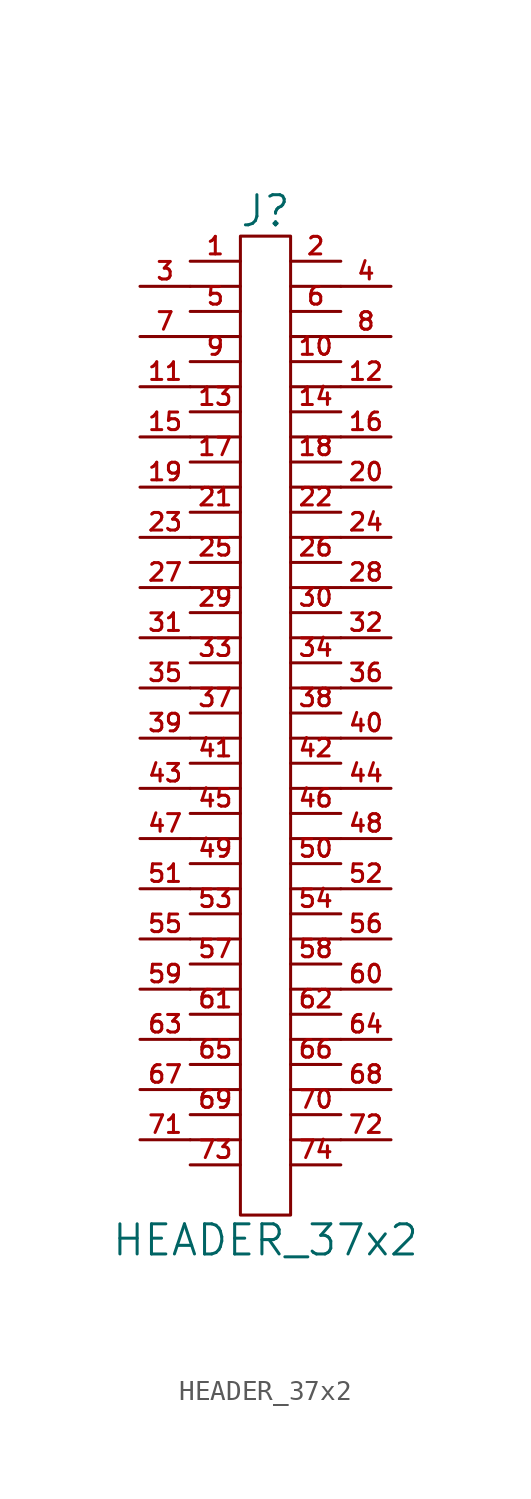
<source format=kicad_sym>
(kicad_symbol_lib
  (version 20201005)
  (generator kicad_symbol_editor)
  (symbol "HEADER_37x2"
    (pin_names
      (offset 0))
    (property "Reference" "J"
      (at 0 25.4 0)
      (effects (font (size 1.524 1.524))))
    (property "Value" "HEADER_37x2"
      (at 0 -26.67 0)
      (effects (font (size 1.524 1.524))))
    (property "Footprint" ""
      (at 0 -1.27 0)
      (effects (font (size 1.524 1.524))))
    (property "Datasheet" ""
      (at 0 -1.27 0)
      (effects (font (size 1.524 1.524))))
    (symbol "HEADER_37x2_0_1"
      (rectangle (start 1.27 -25.4) (end -1.27 24.13) (stroke (width 0)) (fill (type none)))
      (polyline (pts (xy -3.81 -21.59) (xy -1.27 -21.59)) (stroke (width 0)) (fill (type none)))
      (polyline (pts (xy -3.81 -19.05) (xy -1.27 -19.05)) (stroke (width 0)) (fill (type none)))
      (polyline (pts (xy -3.81 -16.51) (xy -1.27 -16.51)) (stroke (width 0)) (fill (type none)))
      (polyline (pts (xy -3.81 -13.97) (xy -1.27 -13.97)) (stroke (width 0)) (fill (type none)))
      (polyline (pts (xy -3.81 -11.43) (xy -1.27 -11.43)) (stroke (width 0)) (fill (type none)))
      (polyline (pts (xy -3.81 -8.89) (xy -1.27 -8.89)) (stroke (width 0)) (fill (type none)))
      (polyline (pts (xy -3.81 -6.35) (xy -1.27 -6.35)) (stroke (width 0)) (fill (type none)))
      (polyline (pts (xy -3.81 -3.81) (xy -1.27 -3.81)) (stroke (width 0)) (fill (type none)))
      (polyline (pts (xy -3.81 -1.27) (xy -1.27 -1.27)) (stroke (width 0)) (fill (type none)))
      (polyline (pts (xy -3.81 1.27) (xy -1.27 1.27)) (stroke (width 0)) (fill (type none)))
      (polyline (pts (xy -3.81 3.81) (xy -1.27 3.81)) (stroke (width 0)) (fill (type none)))
      (polyline (pts (xy -3.81 6.35) (xy -1.27 6.35)) (stroke (width 0)) (fill (type none)))
      (polyline (pts (xy -3.81 8.89) (xy -1.27 8.89)) (stroke (width 0)) (fill (type none)))
      (polyline (pts (xy -3.81 11.43) (xy -1.27 11.43)) (stroke (width 0)) (fill (type none)))
      (polyline (pts (xy -3.81 13.97) (xy -1.27 13.97)) (stroke (width 0)) (fill (type none)))
      (polyline (pts (xy -3.81 16.51) (xy -1.27 16.51)) (stroke (width 0)) (fill (type none)))
      (polyline (pts (xy -3.81 19.05) (xy -1.27 19.05)) (stroke (width 0)) (fill (type none)))
      (polyline (pts (xy -3.81 21.59) (xy -1.27 21.59)) (stroke (width 0)) (fill (type none)))
      (polyline (pts (xy 1.27 -21.59) (xy 3.81 -21.59)) (stroke (width 0)) (fill (type none)))
      (polyline (pts (xy 1.27 -19.05) (xy 3.81 -19.05)) (stroke (width 0)) (fill (type none)))
      (polyline (pts (xy 1.27 -16.51) (xy 3.81 -16.51)) (stroke (width 0)) (fill (type none)))
      (polyline (pts (xy 1.27 -13.97) (xy 3.81 -13.97)) (stroke (width 0)) (fill (type none)))
      (polyline (pts (xy 1.27 -11.43) (xy 3.81 -11.43)) (stroke (width 0)) (fill (type none)))
      (polyline (pts (xy 1.27 -8.89) (xy 3.81 -8.89)) (stroke (width 0)) (fill (type none)))
      (polyline (pts (xy 1.27 -6.35) (xy 3.81 -6.35)) (stroke (width 0)) (fill (type none)))
      (polyline (pts (xy 1.27 -3.81) (xy 3.81 -3.81)) (stroke (width 0)) (fill (type none)))
      (polyline (pts (xy 1.27 -1.27) (xy 3.81 -1.27)) (stroke (width 0)) (fill (type none)))
      (polyline (pts (xy 1.27 1.27) (xy 3.81 1.27)) (stroke (width 0)) (fill (type none)))
      (polyline (pts (xy 1.27 3.81) (xy 3.81 3.81)) (stroke (width 0)) (fill (type none)))
      (polyline (pts (xy 1.27 6.35) (xy 3.81 6.35)) (stroke (width 0)) (fill (type none)))
      (polyline (pts (xy 1.27 8.89) (xy 3.81 8.89)) (stroke (width 0)) (fill (type none)))
      (polyline (pts (xy 1.27 11.43) (xy 3.81 11.43)) (stroke (width 0)) (fill (type none)))
      (polyline (pts (xy 1.27 13.97) (xy 3.81 13.97)) (stroke (width 0)) (fill (type none)))
      (polyline (pts (xy 1.27 16.51) (xy 3.81 16.51)) (stroke (width 0)) (fill (type none)))
      (polyline (pts (xy 1.27 19.05) (xy 3.81 19.05)) (stroke (width 0)) (fill (type none)))
      (polyline (pts (xy 1.27 21.59) (xy 3.81 21.59)) (stroke (width 0)) (fill (type none))))
    (symbol "HEADER_37x2_1_1"
      (pin passive line (at -3.81 22.86 0) (length 2.54) (name "~" (effects (font (size 1.27 1.27)))) (number "1" (effects (font (size 0.889 0.889)))))
      (pin passive line (at 3.81 17.78 180) (length 2.54) (name "~" (effects (font (size 1.27 1.27)))) (number "10" (effects (font (size 0.889 0.889)))))
      (pin passive line (at -6.35 16.51 0) (length 2.54) (name "~" (effects (font (size 1.27 1.27)))) (number "11" (effects (font (size 0.889 0.889)))))
      (pin passive line (at 6.35 16.51 180) (length 2.54) (name "~" (effects (font (size 1.27 1.27)))) (number "12" (effects (font (size 0.889 0.889)))))
      (pin passive line (at -3.81 15.24 0) (length 2.54) (name "~" (effects (font (size 1.27 1.27)))) (number "13" (effects (font (size 0.889 0.889)))))
      (pin passive line (at 3.81 15.24 180) (length 2.54) (name "~" (effects (font (size 1.27 1.27)))) (number "14" (effects (font (size 0.889 0.889)))))
      (pin passive line (at -6.35 13.97 0) (length 2.54) (name "~" (effects (font (size 1.27 1.27)))) (number "15" (effects (font (size 0.889 0.889)))))
      (pin passive line (at 6.35 13.97 180) (length 2.54) (name "~" (effects (font (size 1.27 1.27)))) (number "16" (effects (font (size 0.889 0.889)))))
      (pin passive line (at -3.81 12.7 0) (length 2.54) (name "~" (effects (font (size 1.27 1.27)))) (number "17" (effects (font (size 0.889 0.889)))))
      (pin passive line (at 3.81 12.7 180) (length 2.54) (name "~" (effects (font (size 1.27 1.27)))) (number "18" (effects (font (size 0.889 0.889)))))
      (pin passive line (at -6.35 11.43 0) (length 2.54) (name "~" (effects (font (size 1.27 1.27)))) (number "19" (effects (font (size 0.889 0.889)))))
      (pin passive line (at 3.81 22.86 180) (length 2.54) (name "~" (effects (font (size 1.27 1.27)))) (number "2" (effects (font (size 0.889 0.889)))))
      (pin passive line (at 6.35 11.43 180) (length 2.54) (name "~" (effects (font (size 1.27 1.27)))) (number "20" (effects (font (size 0.889 0.889)))))
      (pin passive line (at -3.81 10.16 0) (length 2.54) (name "~" (effects (font (size 1.27 1.27)))) (number "21" (effects (font (size 0.889 0.889)))))
      (pin passive line (at 3.81 10.16 180) (length 2.54) (name "~" (effects (font (size 1.27 1.27)))) (number "22" (effects (font (size 0.889 0.889)))))
      (pin passive line (at -6.35 8.89 0) (length 2.54) (name "~" (effects (font (size 1.27 1.27)))) (number "23" (effects (font (size 0.889 0.889)))))
      (pin passive line (at 6.35 8.89 180) (length 2.54) (name "~" (effects (font (size 1.27 1.27)))) (number "24" (effects (font (size 0.889 0.889)))))
      (pin passive line (at -3.81 7.62 0) (length 2.54) (name "~" (effects (font (size 1.27 1.27)))) (number "25" (effects (font (size 0.889 0.889)))))
      (pin passive line (at 3.81 7.62 180) (length 2.54) (name "~" (effects (font (size 1.27 1.27)))) (number "26" (effects (font (size 0.889 0.889)))))
      (pin passive line (at -6.35 6.35 0) (length 2.54) (name "~" (effects (font (size 1.27 1.27)))) (number "27" (effects (font (size 0.889 0.889)))))
      (pin passive line (at 6.35 6.35 180) (length 2.54) (name "~" (effects (font (size 1.27 1.27)))) (number "28" (effects (font (size 0.889 0.889)))))
      (pin passive line (at -3.81 5.08 0) (length 2.54) (name "~" (effects (font (size 1.27 1.27)))) (number "29" (effects (font (size 0.889 0.889)))))
      (pin passive line (at -6.35 21.59 0) (length 2.54) (name "~" (effects (font (size 1.27 1.27)))) (number "3" (effects (font (size 0.889 0.889)))))
      (pin passive line (at 3.81 5.08 180) (length 2.54) (name "~" (effects (font (size 1.27 1.27)))) (number "30" (effects (font (size 0.889 0.889)))))
      (pin passive line (at -6.35 3.81 0) (length 2.54) (name "~" (effects (font (size 1.27 1.27)))) (number "31" (effects (font (size 0.889 0.889)))))
      (pin passive line (at 6.35 3.81 180) (length 2.54) (name "~" (effects (font (size 1.27 1.27)))) (number "32" (effects (font (size 0.889 0.889)))))
      (pin passive line (at -3.81 2.54 0) (length 2.54) (name "~" (effects (font (size 1.27 1.27)))) (number "33" (effects (font (size 0.889 0.889)))))
      (pin passive line (at 3.81 2.54 180) (length 2.54) (name "~" (effects (font (size 1.27 1.27)))) (number "34" (effects (font (size 0.889 0.889)))))
      (pin passive line (at -6.35 1.27 0) (length 2.54) (name "~" (effects (font (size 1.27 1.27)))) (number "35" (effects (font (size 0.889 0.889)))))
      (pin passive line (at 6.35 1.27 180) (length 2.54) (name "~" (effects (font (size 1.27 1.27)))) (number "36" (effects (font (size 0.889 0.889)))))
      (pin passive line (at -3.81 0 0) (length 2.54) (name "~" (effects (font (size 0.889 0.889)))) (number "37" (effects (font (size 0.889 0.889)))))
      (pin passive line (at 3.81 0 180) (length 2.54) (name "~" (effects (font (size 1.27 1.27)))) (number "38" (effects (font (size 0.889 0.889)))))
      (pin passive line (at -6.35 -1.27 0) (length 2.54) (name "~" (effects (font (size 1.27 1.27)))) (number "39" (effects (font (size 0.889 0.889)))))
      (pin passive line (at 6.35 21.59 180) (length 2.54) (name "~" (effects (font (size 1.27 1.27)))) (number "4" (effects (font (size 0.889 0.889)))))
      (pin passive line (at 6.35 -1.27 180) (length 2.54) (name "~" (effects (font (size 1.27 1.27)))) (number "40" (effects (font (size 0.889 0.889)))))
      (pin passive line (at -3.81 -2.54 0) (length 2.54) (name "~" (effects (font (size 1.27 1.27)))) (number "41" (effects (font (size 0.889 0.889)))))
      (pin passive line (at 3.81 -2.54 180) (length 2.54) (name "~" (effects (font (size 1.27 1.27)))) (number "42" (effects (font (size 0.889 0.889)))))
      (pin passive line (at -6.35 -3.81 0) (length 2.54) (name "~" (effects (font (size 1.27 1.27)))) (number "43" (effects (font (size 0.889 0.889)))))
      (pin passive line (at 6.35 -3.81 180) (length 2.54) (name "~" (effects (font (size 1.27 1.27)))) (number "44" (effects (font (size 0.889 0.889)))))
      (pin passive line (at -3.81 -5.08 0) (length 2.54) (name "~" (effects (font (size 1.27 1.27)))) (number "45" (effects (font (size 0.889 0.889)))))
      (pin passive line (at 3.81 -5.08 180) (length 2.54) (name "~" (effects (font (size 1.27 1.27)))) (number "46" (effects (font (size 0.889 0.889)))))
      (pin passive line (at -6.35 -6.35 0) (length 2.54) (name "~" (effects (font (size 1.27 1.27)))) (number "47" (effects (font (size 0.889 0.889)))))
      (pin passive line (at 6.35 -6.35 180) (length 2.54) (name "~" (effects (font (size 1.27 1.27)))) (number "48" (effects (font (size 0.889 0.889)))))
      (pin passive line (at -3.81 -7.62 0) (length 2.54) (name "~" (effects (font (size 1.27 1.27)))) (number "49" (effects (font (size 0.889 0.889)))))
      (pin passive line (at -3.81 20.32 0) (length 2.54) (name "~" (effects (font (size 1.27 1.27)))) (number "5" (effects (font (size 0.889 0.889)))))
      (pin passive line (at 3.81 -7.62 180) (length 2.54) (name "~" (effects (font (size 1.27 1.27)))) (number "50" (effects (font (size 0.889 0.889)))))
      (pin passive line (at -6.35 -8.89 0) (length 2.54) (name "~" (effects (font (size 1.27 1.27)))) (number "51" (effects (font (size 0.889 0.889)))))
      (pin passive line (at 6.35 -8.89 180) (length 2.54) (name "~" (effects (font (size 1.27 1.27)))) (number "52" (effects (font (size 0.889 0.889)))))
      (pin passive line (at -3.81 -10.16 0) (length 2.54) (name "~" (effects (font (size 1.27 1.27)))) (number "53" (effects (font (size 0.889 0.889)))))
      (pin passive line (at 3.81 -10.16 180) (length 2.54) (name "~" (effects (font (size 1.27 1.27)))) (number "54" (effects (font (size 0.889 0.889)))))
      (pin passive line (at -6.35 -11.43 0) (length 2.54) (name "~" (effects (font (size 1.27 1.27)))) (number "55" (effects (font (size 0.889 0.889)))))
      (pin passive line (at 6.35 -11.43 180) (length 2.54) (name "~" (effects (font (size 1.27 1.27)))) (number "56" (effects (font (size 0.889 0.889)))))
      (pin passive line (at -3.81 -12.7 0) (length 2.54) (name "~" (effects (font (size 1.27 1.27)))) (number "57" (effects (font (size 0.889 0.889)))))
      (pin passive line (at 3.81 -12.7 180) (length 2.54) (name "~" (effects (font (size 1.27 1.27)))) (number "58" (effects (font (size 0.889 0.889)))))
      (pin passive line (at -6.35 -13.97 0) (length 2.54) (name "~" (effects (font (size 1.27 1.27)))) (number "59" (effects (font (size 0.889 0.889)))))
      (pin passive line (at 3.81 20.32 180) (length 2.54) (name "~" (effects (font (size 1.27 1.27)))) (number "6" (effects (font (size 0.889 0.889)))))
      (pin passive line (at 6.35 -13.97 180) (length 2.54) (name "~" (effects (font (size 1.27 1.27)))) (number "60" (effects (font (size 0.889 0.889)))))
      (pin passive line (at -3.81 -15.24 0) (length 2.54) (name "~" (effects (font (size 1.27 1.27)))) (number "61" (effects (font (size 0.889 0.889)))))
      (pin passive line (at 3.81 -15.24 180) (length 2.54) (name "~" (effects (font (size 1.27 1.27)))) (number "62" (effects (font (size 0.889 0.889)))))
      (pin passive line (at -6.35 -16.51 0) (length 2.54) (name "~" (effects (font (size 1.27 1.27)))) (number "63" (effects (font (size 0.889 0.889)))))
      (pin passive line (at 6.35 -16.51 180) (length 2.54) (name "~" (effects (font (size 1.27 1.27)))) (number "64" (effects (font (size 0.889 0.889)))))
      (pin passive line (at -3.81 -17.78 0) (length 2.54) (name "~" (effects (font (size 1.27 1.27)))) (number "65" (effects (font (size 0.889 0.889)))))
      (pin passive line (at 3.81 -17.78 180) (length 2.54) (name "~" (effects (font (size 1.27 1.27)))) (number "66" (effects (font (size 0.889 0.889)))))
      (pin passive line (at -6.35 -19.05 0) (length 2.54) (name "~" (effects (font (size 1.27 1.27)))) (number "67" (effects (font (size 0.889 0.889)))))
      (pin passive line (at 6.35 -19.05 180) (length 2.54) (name "~" (effects (font (size 1.27 1.27)))) (number "68" (effects (font (size 0.889 0.889)))))
      (pin passive line (at -3.81 -20.32 0) (length 2.54) (name "~" (effects (font (size 1.27 1.27)))) (number "69" (effects (font (size 0.889 0.889)))))
      (pin passive line (at -6.35 19.05 0) (length 2.54) (name "~" (effects (font (size 1.27 1.27)))) (number "7" (effects (font (size 0.889 0.889)))))
      (pin passive line (at 3.81 -20.32 180) (length 2.54) (name "~" (effects (font (size 1.27 1.27)))) (number "70" (effects (font (size 0.889 0.889)))))
      (pin passive line (at -6.35 -21.59 0) (length 2.54) (name "~" (effects (font (size 1.27 1.27)))) (number "71" (effects (font (size 0.889 0.889)))))
      (pin passive line (at 6.35 -21.59 180) (length 2.54) (name "~" (effects (font (size 1.27 1.27)))) (number "72" (effects (font (size 0.889 0.889)))))
      (pin passive line (at -3.81 -22.86 0) (length 2.54) (name "~" (effects (font (size 1.27 1.27)))) (number "73" (effects (font (size 0.889 0.889)))))
      (pin passive line (at 3.81 -22.86 180) (length 2.54) (name "~" (effects (font (size 1.27 1.27)))) (number "74" (effects (font (size 0.889 0.889)))))
      (pin passive line (at 6.35 19.05 180) (length 2.54) (name "~" (effects (font (size 1.27 1.27)))) (number "8" (effects (font (size 0.889 0.889)))))
      (pin passive line (at -3.81 17.78 0) (length 2.54) (name "~" (effects (font (size 1.27 1.27)))) (number "9" (effects (font (size 0.889 0.889))))))))
</source>
